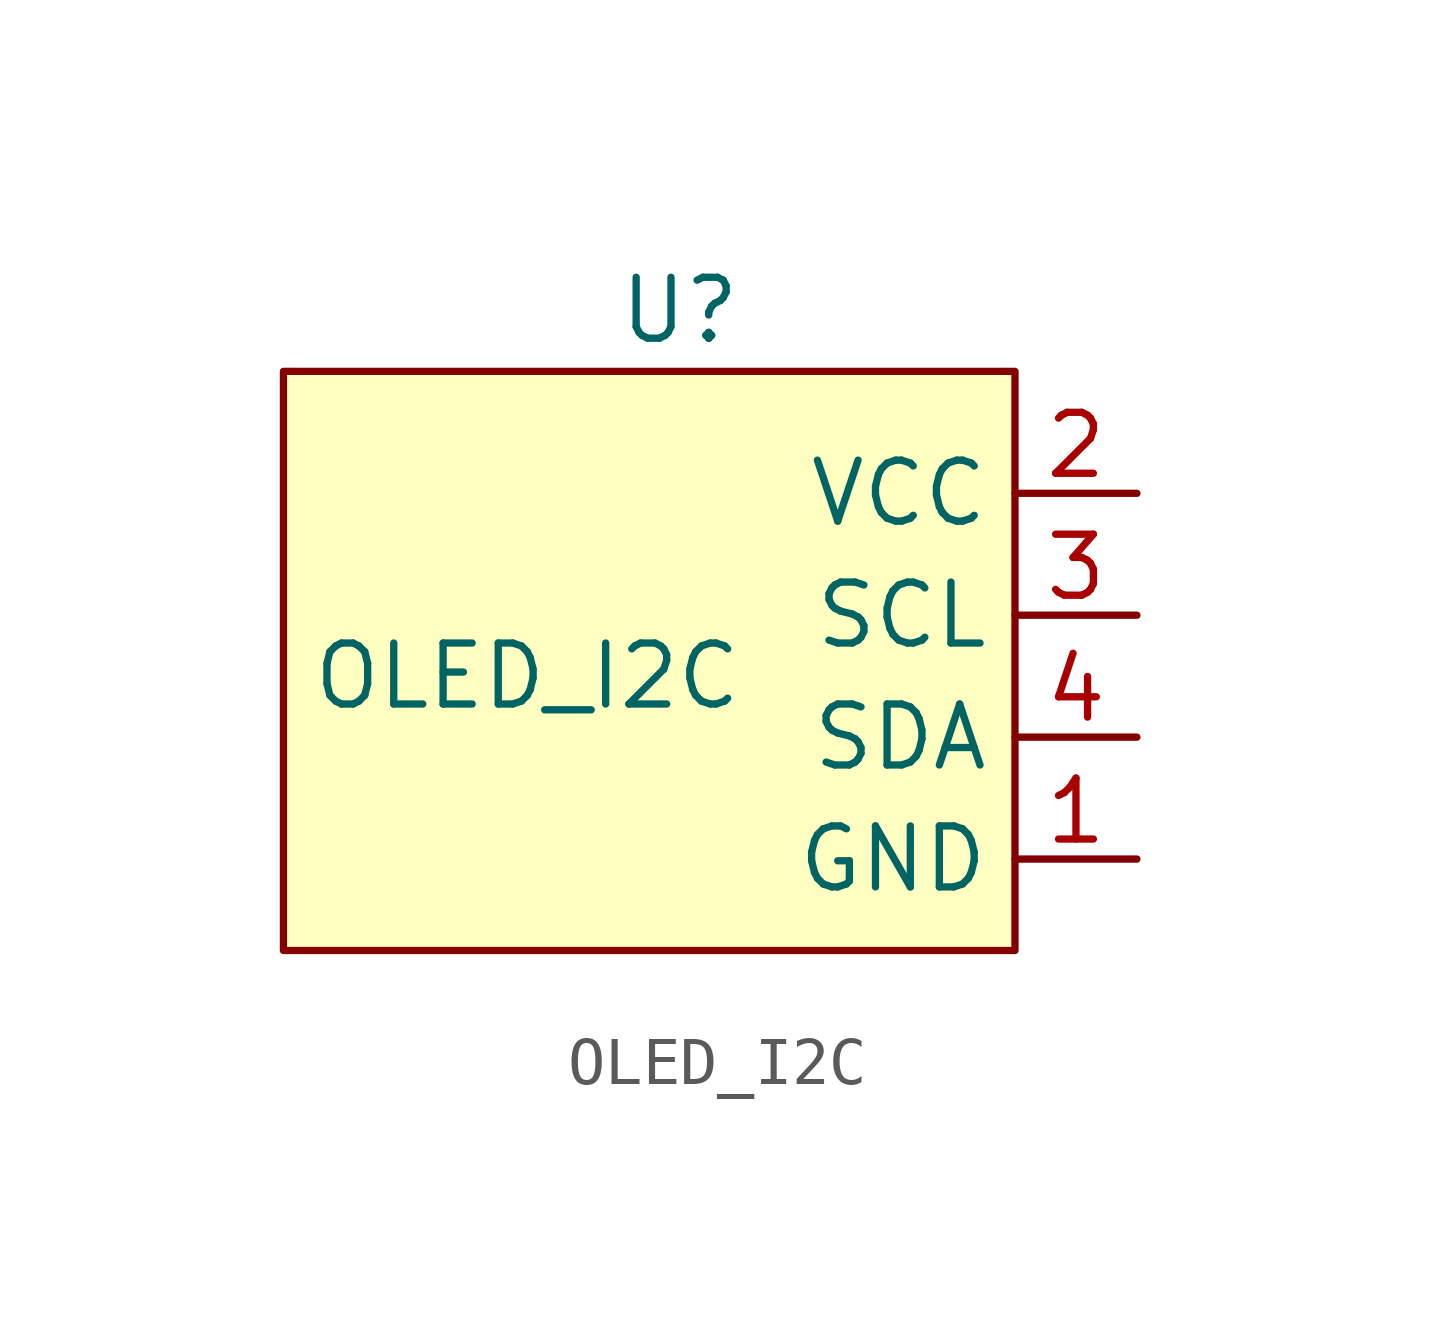
<source format=kicad_sym>
(kicad_symbol_lib
  (version 20220914)
  (generator kicad_symbol_editor)
  (symbol "OLED_I2C"
    (property "Reference" "U"
      (at -0.635 7.62 0)
      (effects (font (size 1.27 1.27))))
    (property "Value" "OLED_I2C"
      (at -3.81 0 0)
      (effects (font (size 1.27 1.27))))
    (symbol "OLED_I2C_0_1"
      (rectangle (start -8.89 6.35) (end 6.35 -5.715) (stroke (width 0.152) (type default)) (fill (type background))))
    (symbol "OLED_I2C_1_1"
      (pin input line (at 8.89 -3.81 180) (length 2.54) (name "GND" (effects (font (size 1.27 1.27)))) (number "1" (effects (font (size 1.27 1.27)))))
      (pin input line (at 8.89 3.81 180) (length 2.54) (name "VCC" (effects (font (size 1.27 1.27)))) (number "2" (effects (font (size 1.27 1.27)))))
      (pin input line (at 8.89 1.27 180) (length 2.54) (name "SCL" (effects (font (size 1.27 1.27)))) (number "3" (effects (font (size 1.27 1.27)))))
      (pin input line (at 8.89 -1.27 180) (length 2.54) (name "SDA" (effects (font (size 1.27 1.27)))) (number "4" (effects (font (size 1.27 1.27))))))))
</source>
